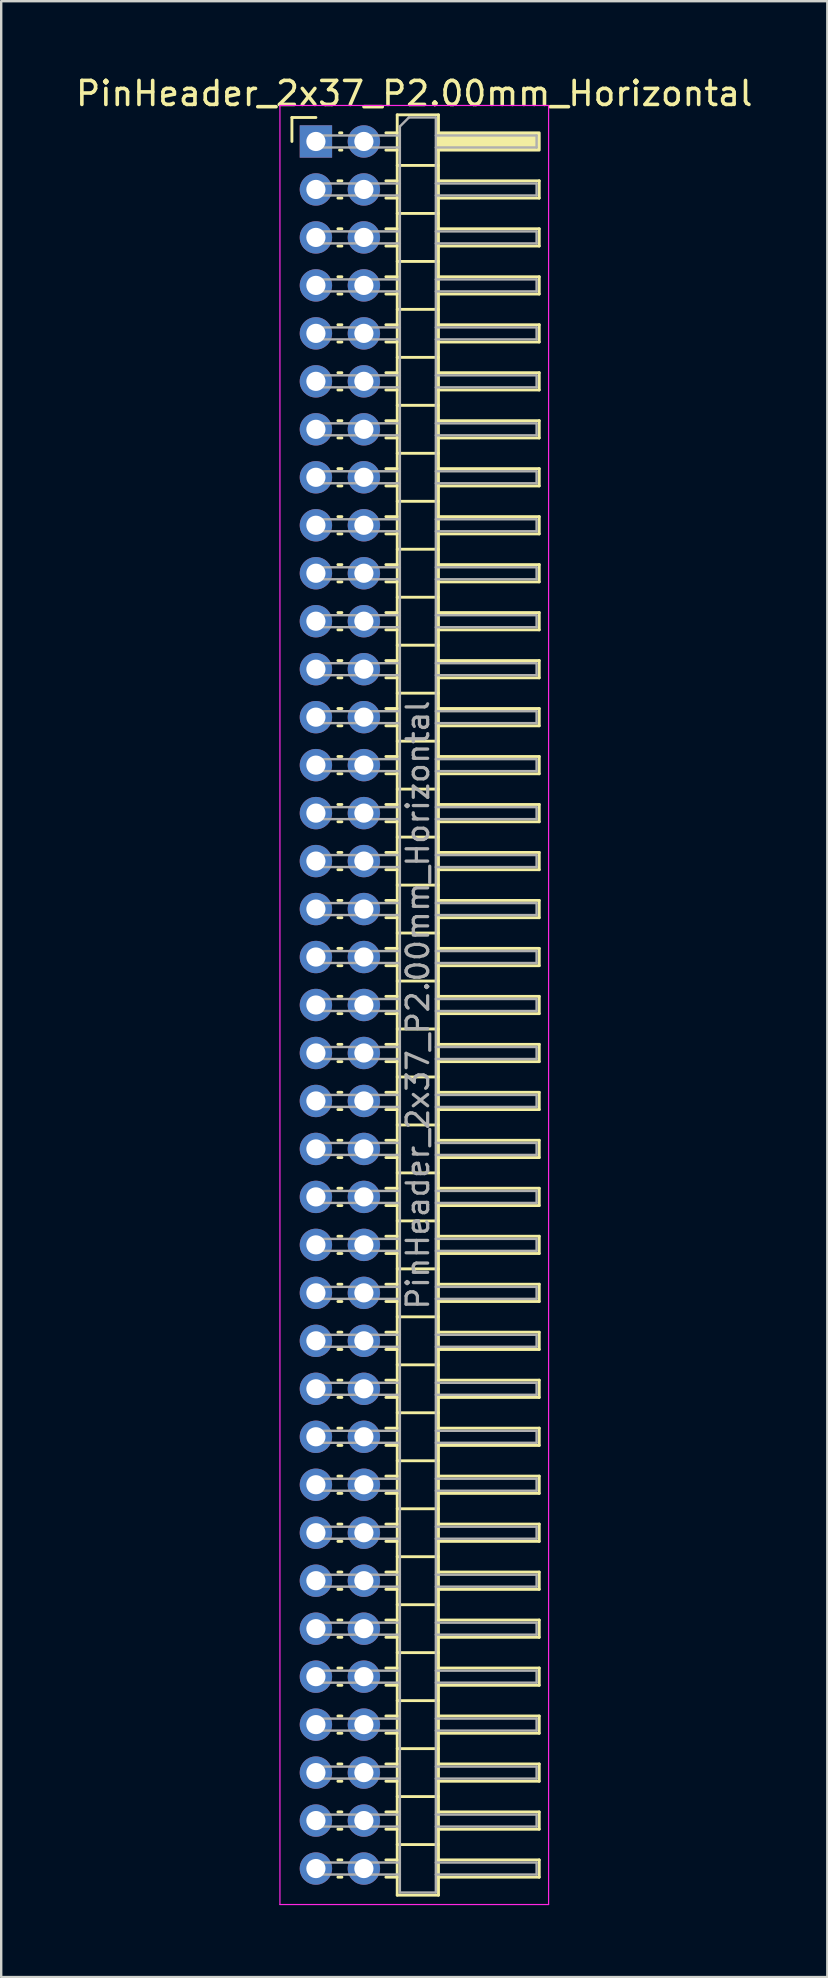
<source format=kicad_pcb>
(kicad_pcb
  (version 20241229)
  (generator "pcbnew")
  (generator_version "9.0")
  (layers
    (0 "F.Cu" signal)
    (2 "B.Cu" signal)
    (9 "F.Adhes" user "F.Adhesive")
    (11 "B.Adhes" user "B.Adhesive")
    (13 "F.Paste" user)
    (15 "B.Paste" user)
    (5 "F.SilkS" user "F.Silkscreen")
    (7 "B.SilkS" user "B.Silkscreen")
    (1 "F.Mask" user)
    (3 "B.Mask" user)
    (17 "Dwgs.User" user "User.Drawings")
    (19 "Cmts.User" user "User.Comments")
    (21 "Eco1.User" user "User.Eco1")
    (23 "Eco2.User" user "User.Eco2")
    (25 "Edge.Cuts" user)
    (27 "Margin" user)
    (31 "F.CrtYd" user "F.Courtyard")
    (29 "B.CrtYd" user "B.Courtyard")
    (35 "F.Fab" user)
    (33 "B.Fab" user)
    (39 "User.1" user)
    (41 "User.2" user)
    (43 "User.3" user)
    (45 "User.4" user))
  (footprint "PinHeader_2x37_P2.00mm_Horizontal"
    (layer "F.Cu")
    (at 10.12 2.848)
    (property "Reference" "PinHeader_2x37_P2.00mm_Horizontal" (at 4.1 -2 0) (layer "F.SilkS") (effects (font (size 1 1) (thickness 0.15))))
    (attr through_hole)
    (fp_line (start -1 -1) (end 0 -1) (stroke (width 0.12) (type solid)) (layer "F.SilkS"))
    (fp_line (start -1 0) (end -1 -1) (stroke (width 0.12) (type solid)) (layer "F.SilkS"))
    (fp_line (start 0.917 1.64) (end 1.083 1.64) (stroke (width 0.12) (type solid)) (layer "F.SilkS"))
    (fp_line (start 0.917 2.36) (end 1.083 2.36) (stroke (width 0.12) (type solid)) (layer "F.SilkS"))
    (fp_line (start 0.917 3.64) (end 1.083 3.64) (stroke (width 0.12) (type solid)) (layer "F.SilkS"))
    (fp_line (start 0.917 4.36) (end 1.083 4.36) (stroke (width 0.12) (type solid)) (layer "F.SilkS"))
    (fp_line (start 0.917 5.64) (end 1.083 5.64) (stroke (width 0.12) (type solid)) (layer "F.SilkS"))
    (fp_line (start 0.917 6.36) (end 1.083 6.36) (stroke (width 0.12) (type solid)) (layer "F.SilkS"))
    (fp_line (start 0.917 7.64) (end 1.083 7.64) (stroke (width 0.12) (type solid)) (layer "F.SilkS"))
    (fp_line (start 0.917 8.36) (end 1.083 8.36) (stroke (width 0.12) (type solid)) (layer "F.SilkS"))
    (fp_line (start 0.917 9.64) (end 1.083 9.64) (stroke (width 0.12) (type solid)) (layer "F.SilkS"))
    (fp_line (start 0.917 10.36) (end 1.083 10.36) (stroke (width 0.12) (type solid)) (layer "F.SilkS"))
    (fp_line (start 0.917 11.64) (end 1.083 11.64) (stroke (width 0.12) (type solid)) (layer "F.SilkS"))
    (fp_line (start 0.917 12.36) (end 1.083 12.36) (stroke (width 0.12) (type solid)) (layer "F.SilkS"))
    (fp_line (start 0.917 13.64) (end 1.083 13.64) (stroke (width 0.12) (type solid)) (layer "F.SilkS"))
    (fp_line (start 0.917 14.36) (end 1.083 14.36) (stroke (width 0.12) (type solid)) (layer "F.SilkS"))
    (fp_line (start 0.917 15.64) (end 1.083 15.64) (stroke (width 0.12) (type solid)) (layer "F.SilkS"))
    (fp_line (start 0.917 16.36) (end 1.083 16.36) (stroke (width 0.12) (type solid)) (layer "F.SilkS"))
    (fp_line (start 0.917 17.64) (end 1.083 17.64) (stroke (width 0.12) (type solid)) (layer "F.SilkS"))
    (fp_line (start 0.917 18.36) (end 1.083 18.36) (stroke (width 0.12) (type solid)) (layer "F.SilkS"))
    (fp_line (start 0.917 19.64) (end 1.083 19.64) (stroke (width 0.12) (type solid)) (layer "F.SilkS"))
    (fp_line (start 0.917 20.36) (end 1.083 20.36) (stroke (width 0.12) (type solid)) (layer "F.SilkS"))
    (fp_line (start 0.917 21.64) (end 1.083 21.64) (stroke (width 0.12) (type solid)) (layer "F.SilkS"))
    (fp_line (start 0.917 22.36) (end 1.083 22.36) (stroke (width 0.12) (type solid)) (layer "F.SilkS"))
    (fp_line (start 0.917 23.64) (end 1.083 23.64) (stroke (width 0.12) (type solid)) (layer "F.SilkS"))
    (fp_line (start 0.917 24.36) (end 1.083 24.36) (stroke (width 0.12) (type solid)) (layer "F.SilkS"))
    (fp_line (start 0.917 25.64) (end 1.083 25.64) (stroke (width 0.12) (type solid)) (layer "F.SilkS"))
    (fp_line (start 0.917 26.36) (end 1.083 26.36) (stroke (width 0.12) (type solid)) (layer "F.SilkS"))
    (fp_line (start 0.917 27.64) (end 1.083 27.64) (stroke (width 0.12) (type solid)) (layer "F.SilkS"))
    (fp_line (start 0.917 28.36) (end 1.083 28.36) (stroke (width 0.12) (type solid)) (layer "F.SilkS"))
    (fp_line (start 0.917 29.64) (end 1.083 29.64) (stroke (width 0.12) (type solid)) (layer "F.SilkS"))
    (fp_line (start 0.917 30.36) (end 1.083 30.36) (stroke (width 0.12) (type solid)) (layer "F.SilkS"))
    (fp_line (start 0.917 31.64) (end 1.083 31.64) (stroke (width 0.12) (type solid)) (layer "F.SilkS"))
    (fp_line (start 0.917 32.36) (end 1.083 32.36) (stroke (width 0.12) (type solid)) (layer "F.SilkS"))
    (fp_line (start 0.917 33.64) (end 1.083 33.64) (stroke (width 0.12) (type solid)) (layer "F.SilkS"))
    (fp_line (start 0.917 34.36) (end 1.083 34.36) (stroke (width 0.12) (type solid)) (layer "F.SilkS"))
    (fp_line (start 0.917 35.64) (end 1.083 35.64) (stroke (width 0.12) (type solid)) (layer "F.SilkS"))
    (fp_line (start 0.917 36.36) (end 1.083 36.36) (stroke (width 0.12) (type solid)) (layer "F.SilkS"))
    (fp_line (start 0.917 37.64) (end 1.083 37.64) (stroke (width 0.12) (type solid)) (layer "F.SilkS"))
    (fp_line (start 0.917 38.36) (end 1.083 38.36) (stroke (width 0.12) (type solid)) (layer "F.SilkS"))
    (fp_line (start 0.917 39.64) (end 1.083 39.64) (stroke (width 0.12) (type solid)) (layer "F.SilkS"))
    (fp_line (start 0.917 40.36) (end 1.083 40.36) (stroke (width 0.12) (type solid)) (layer "F.SilkS"))
    (fp_line (start 0.917 41.64) (end 1.083 41.64) (stroke (width 0.12) (type solid)) (layer "F.SilkS"))
    (fp_line (start 0.917 42.36) (end 1.083 42.36) (stroke (width 0.12) (type solid)) (layer "F.SilkS"))
    (fp_line (start 0.917 43.64) (end 1.083 43.64) (stroke (width 0.12) (type solid)) (layer "F.SilkS"))
    (fp_line (start 0.917 44.36) (end 1.083 44.36) (stroke (width 0.12) (type solid)) (layer "F.SilkS"))
    (fp_line (start 0.917 45.64) (end 1.083 45.64) (stroke (width 0.12) (type solid)) (layer "F.SilkS"))
    (fp_line (start 0.917 46.36) (end 1.083 46.36) (stroke (width 0.12) (type solid)) (layer "F.SilkS"))
    (fp_line (start 0.917 47.64) (end 1.083 47.64) (stroke (width 0.12) (type solid)) (layer "F.SilkS"))
    (fp_line (start 0.917 48.36) (end 1.083 48.36) (stroke (width 0.12) (type solid)) (layer "F.SilkS"))
    (fp_line (start 0.917 49.64) (end 1.083 49.64) (stroke (width 0.12) (type solid)) (layer "F.SilkS"))
    (fp_line (start 0.917 50.36) (end 1.083 50.36) (stroke (width 0.12) (type solid)) (layer "F.SilkS"))
    (fp_line (start 0.917 51.64) (end 1.083 51.64) (stroke (width 0.12) (type solid)) (layer "F.SilkS"))
    (fp_line (start 0.917 52.36) (end 1.083 52.36) (stroke (width 0.12) (type solid)) (layer "F.SilkS"))
    (fp_line (start 0.917 53.64) (end 1.083 53.64) (stroke (width 0.12) (type solid)) (layer "F.SilkS"))
    (fp_line (start 0.917 54.36) (end 1.083 54.36) (stroke (width 0.12) (type solid)) (layer "F.SilkS"))
    (fp_line (start 0.917 55.64) (end 1.083 55.64) (stroke (width 0.12) (type solid)) (layer "F.SilkS"))
    (fp_line (start 0.917 56.36) (end 1.083 56.36) (stroke (width 0.12) (type solid)) (layer "F.SilkS"))
    (fp_line (start 0.917 57.64) (end 1.083 57.64) (stroke (width 0.12) (type solid)) (layer "F.SilkS"))
    (fp_line (start 0.917 58.36) (end 1.083 58.36) (stroke (width 0.12) (type solid)) (layer "F.SilkS"))
    (fp_line (start 0.917 59.64) (end 1.083 59.64) (stroke (width 0.12) (type solid)) (layer "F.SilkS"))
    (fp_line (start 0.917 60.36) (end 1.083 60.36) (stroke (width 0.12) (type solid)) (layer "F.SilkS"))
    (fp_line (start 0.917 61.64) (end 1.083 61.64) (stroke (width 0.12) (type solid)) (layer "F.SilkS"))
    (fp_line (start 0.917 62.36) (end 1.083 62.36) (stroke (width 0.12) (type solid)) (layer "F.SilkS"))
    (fp_line (start 0.917 63.64) (end 1.083 63.64) (stroke (width 0.12) (type solid)) (layer "F.SilkS"))
    (fp_line (start 0.917 64.36) (end 1.083 64.36) (stroke (width 0.12) (type solid)) (layer "F.SilkS"))
    (fp_line (start 0.917 65.64) (end 1.083 65.64) (stroke (width 0.12) (type solid)) (layer "F.SilkS"))
    (fp_line (start 0.917 66.36) (end 1.083 66.36) (stroke (width 0.12) (type solid)) (layer "F.SilkS"))
    (fp_line (start 0.917 67.64) (end 1.083 67.64) (stroke (width 0.12) (type solid)) (layer "F.SilkS"))
    (fp_line (start 0.917 68.36) (end 1.083 68.36) (stroke (width 0.12) (type solid)) (layer "F.SilkS"))
    (fp_line (start 0.917 69.64) (end 1.083 69.64) (stroke (width 0.12) (type solid)) (layer "F.SilkS"))
    (fp_line (start 0.917 70.36) (end 1.083 70.36) (stroke (width 0.12) (type solid)) (layer "F.SilkS"))
    (fp_line (start 0.917 71.64) (end 1.083 71.64) (stroke (width 0.12) (type solid)) (layer "F.SilkS"))
    (fp_line (start 0.917 72.36) (end 1.083 72.36) (stroke (width 0.12) (type solid)) (layer "F.SilkS"))
    (fp_line (start 0.985 -0.36) (end 1.083 -0.36) (stroke (width 0.12) (type solid)) (layer "F.SilkS"))
    (fp_line (start 0.985 0.36) (end 1.083 0.36) (stroke (width 0.12) (type solid)) (layer "F.SilkS"))
    (fp_line (start 2.917 -0.36) (end 3.39 -0.36) (stroke (width 0.12) (type solid)) (layer "F.SilkS"))
    (fp_line (start 2.917 0.36) (end 3.39 0.36) (stroke (width 0.12) (type solid)) (layer "F.SilkS"))
    (fp_line (start 2.917 1.64) (end 3.39 1.64) (stroke (width 0.12) (type solid)) (layer "F.SilkS"))
    (fp_line (start 2.917 2.36) (end 3.39 2.36) (stroke (width 0.12) (type solid)) (layer "F.SilkS"))
    (fp_line (start 2.917 3.64) (end 3.39 3.64) (stroke (width 0.12) (type solid)) (layer "F.SilkS"))
    (fp_line (start 2.917 4.36) (end 3.39 4.36) (stroke (width 0.12) (type solid)) (layer "F.SilkS"))
    (fp_line (start 2.917 5.64) (end 3.39 5.64) (stroke (width 0.12) (type solid)) (layer "F.SilkS"))
    (fp_line (start 2.917 6.36) (end 3.39 6.36) (stroke (width 0.12) (type solid)) (layer "F.SilkS"))
    (fp_line (start 2.917 7.64) (end 3.39 7.64) (stroke (width 0.12) (type solid)) (layer "F.SilkS"))
    (fp_line (start 2.917 8.36) (end 3.39 8.36) (stroke (width 0.12) (type solid)) (layer "F.SilkS"))
    (fp_line (start 2.917 9.64) (end 3.39 9.64) (stroke (width 0.12) (type solid)) (layer "F.SilkS"))
    (fp_line (start 2.917 10.36) (end 3.39 10.36) (stroke (width 0.12) (type solid)) (layer "F.SilkS"))
    (fp_line (start 2.917 11.64) (end 3.39 11.64) (stroke (width 0.12) (type solid)) (layer "F.SilkS"))
    (fp_line (start 2.917 12.36) (end 3.39 12.36) (stroke (width 0.12) (type solid)) (layer "F.SilkS"))
    (fp_line (start 2.917 13.64) (end 3.39 13.64) (stroke (width 0.12) (type solid)) (layer "F.SilkS"))
    (fp_line (start 2.917 14.36) (end 3.39 14.36) (stroke (width 0.12) (type solid)) (layer "F.SilkS"))
    (fp_line (start 2.917 15.64) (end 3.39 15.64) (stroke (width 0.12) (type solid)) (layer "F.SilkS"))
    (fp_line (start 2.917 16.36) (end 3.39 16.36) (stroke (width 0.12) (type solid)) (layer "F.SilkS"))
    (fp_line (start 2.917 17.64) (end 3.39 17.64) (stroke (width 0.12) (type solid)) (layer "F.SilkS"))
    (fp_line (start 2.917 18.36) (end 3.39 18.36) (stroke (width 0.12) (type solid)) (layer "F.SilkS"))
    (fp_line (start 2.917 19.64) (end 3.39 19.64) (stroke (width 0.12) (type solid)) (layer "F.SilkS"))
    (fp_line (start 2.917 20.36) (end 3.39 20.36) (stroke (width 0.12) (type solid)) (layer "F.SilkS"))
    (fp_line (start 2.917 21.64) (end 3.39 21.64) (stroke (width 0.12) (type solid)) (layer "F.SilkS"))
    (fp_line (start 2.917 22.36) (end 3.39 22.36) (stroke (width 0.12) (type solid)) (layer "F.SilkS"))
    (fp_line (start 2.917 23.64) (end 3.39 23.64) (stroke (width 0.12) (type solid)) (layer "F.SilkS"))
    (fp_line (start 2.917 24.36) (end 3.39 24.36) (stroke (width 0.12) (type solid)) (layer "F.SilkS"))
    (fp_line (start 2.917 25.64) (end 3.39 25.64) (stroke (width 0.12) (type solid)) (layer "F.SilkS"))
    (fp_line (start 2.917 26.36) (end 3.39 26.36) (stroke (width 0.12) (type solid)) (layer "F.SilkS"))
    (fp_line (start 2.917 27.64) (end 3.39 27.64) (stroke (width 0.12) (type solid)) (layer "F.SilkS"))
    (fp_line (start 2.917 28.36) (end 3.39 28.36) (stroke (width 0.12) (type solid)) (layer "F.SilkS"))
    (fp_line (start 2.917 29.64) (end 3.39 29.64) (stroke (width 0.12) (type solid)) (layer "F.SilkS"))
    (fp_line (start 2.917 30.36) (end 3.39 30.36) (stroke (width 0.12) (type solid)) (layer "F.SilkS"))
    (fp_line (start 2.917 31.64) (end 3.39 31.64) (stroke (width 0.12) (type solid)) (layer "F.SilkS"))
    (fp_line (start 2.917 32.36) (end 3.39 32.36) (stroke (width 0.12) (type solid)) (layer "F.SilkS"))
    (fp_line (start 2.917 33.64) (end 3.39 33.64) (stroke (width 0.12) (type solid)) (layer "F.SilkS"))
    (fp_line (start 2.917 34.36) (end 3.39 34.36) (stroke (width 0.12) (type solid)) (layer "F.SilkS"))
    (fp_line (start 2.917 35.64) (end 3.39 35.64) (stroke (width 0.12) (type solid)) (layer "F.SilkS"))
    (fp_line (start 2.917 36.36) (end 3.39 36.36) (stroke (width 0.12) (type solid)) (layer "F.SilkS"))
    (fp_line (start 2.917 37.64) (end 3.39 37.64) (stroke (width 0.12) (type solid)) (layer "F.SilkS"))
    (fp_line (start 2.917 38.36) (end 3.39 38.36) (stroke (width 0.12) (type solid)) (layer "F.SilkS"))
    (fp_line (start 2.917 39.64) (end 3.39 39.64) (stroke (width 0.12) (type solid)) (layer "F.SilkS"))
    (fp_line (start 2.917 40.36) (end 3.39 40.36) (stroke (width 0.12) (type solid)) (layer "F.SilkS"))
    (fp_line (start 2.917 41.64) (end 3.39 41.64) (stroke (width 0.12) (type solid)) (layer "F.SilkS"))
    (fp_line (start 2.917 42.36) (end 3.39 42.36) (stroke (width 0.12) (type solid)) (layer "F.SilkS"))
    (fp_line (start 2.917 43.64) (end 3.39 43.64) (stroke (width 0.12) (type solid)) (layer "F.SilkS"))
    (fp_line (start 2.917 44.36) (end 3.39 44.36) (stroke (width 0.12) (type solid)) (layer "F.SilkS"))
    (fp_line (start 2.917 45.64) (end 3.39 45.64) (stroke (width 0.12) (type solid)) (layer "F.SilkS"))
    (fp_line (start 2.917 46.36) (end 3.39 46.36) (stroke (width 0.12) (type solid)) (layer "F.SilkS"))
    (fp_line (start 2.917 47.64) (end 3.39 47.64) (stroke (width 0.12) (type solid)) (layer "F.SilkS"))
    (fp_line (start 2.917 48.36) (end 3.39 48.36) (stroke (width 0.12) (type solid)) (layer "F.SilkS"))
    (fp_line (start 2.917 49.64) (end 3.39 49.64) (stroke (width 0.12) (type solid)) (layer "F.SilkS"))
    (fp_line (start 2.917 50.36) (end 3.39 50.36) (stroke (width 0.12) (type solid)) (layer "F.SilkS"))
    (fp_line (start 2.917 51.64) (end 3.39 51.64) (stroke (width 0.12) (type solid)) (layer "F.SilkS"))
    (fp_line (start 2.917 52.36) (end 3.39 52.36) (stroke (width 0.12) (type solid)) (layer "F.SilkS"))
    (fp_line (start 2.917 53.64) (end 3.39 53.64) (stroke (width 0.12) (type solid)) (layer "F.SilkS"))
    (fp_line (start 2.917 54.36) (end 3.39 54.36) (stroke (width 0.12) (type solid)) (layer "F.SilkS"))
    (fp_line (start 2.917 55.64) (end 3.39 55.64) (stroke (width 0.12) (type solid)) (layer "F.SilkS"))
    (fp_line (start 2.917 56.36) (end 3.39 56.36) (stroke (width 0.12) (type solid)) (layer "F.SilkS"))
    (fp_line (start 2.917 57.64) (end 3.39 57.64) (stroke (width 0.12) (type solid)) (layer "F.SilkS"))
    (fp_line (start 2.917 58.36) (end 3.39 58.36) (stroke (width 0.12) (type solid)) (layer "F.SilkS"))
    (fp_line (start 2.917 59.64) (end 3.39 59.64) (stroke (width 0.12) (type solid)) (layer "F.SilkS"))
    (fp_line (start 2.917 60.36) (end 3.39 60.36) (stroke (width 0.12) (type solid)) (layer "F.SilkS"))
    (fp_line (start 2.917 61.64) (end 3.39 61.64) (stroke (width 0.12) (type solid)) (layer "F.SilkS"))
    (fp_line (start 2.917 62.36) (end 3.39 62.36) (stroke (width 0.12) (type solid)) (layer "F.SilkS"))
    (fp_line (start 2.917 63.64) (end 3.39 63.64) (stroke (width 0.12) (type solid)) (layer "F.SilkS"))
    (fp_line (start 2.917 64.36) (end 3.39 64.36) (stroke (width 0.12) (type solid)) (layer "F.SilkS"))
    (fp_line (start 2.917 65.64) (end 3.39 65.64) (stroke (width 0.12) (type solid)) (layer "F.SilkS"))
    (fp_line (start 2.917 66.36) (end 3.39 66.36) (stroke (width 0.12) (type solid)) (layer "F.SilkS"))
    (fp_line (start 2.917 67.64) (end 3.39 67.64) (stroke (width 0.12) (type solid)) (layer "F.SilkS"))
    (fp_line (start 2.917 68.36) (end 3.39 68.36) (stroke (width 0.12) (type solid)) (layer "F.SilkS"))
    (fp_line (start 2.917 69.64) (end 3.39 69.64) (stroke (width 0.12) (type solid)) (layer "F.SilkS"))
    (fp_line (start 2.917 70.36) (end 3.39 70.36) (stroke (width 0.12) (type solid)) (layer "F.SilkS"))
    (fp_line (start 2.917 71.64) (end 3.39 71.64) (stroke (width 0.12) (type solid)) (layer "F.SilkS"))
    (fp_line (start 2.917 72.36) (end 3.39 72.36) (stroke (width 0.12) (type solid)) (layer "F.SilkS"))
    (fp_line (start 3.39 -1.11) (end 3.39 73.11) (stroke (width 0.12) (type solid)) (layer "F.SilkS"))
    (fp_line (start 3.39 1) (end 5.11 1) (stroke (width 0.12) (type solid)) (layer "F.SilkS"))
    (fp_line (start 3.39 3) (end 5.11 3) (stroke (width 0.12) (type solid)) (layer "F.SilkS"))
    (fp_line (start 3.39 5) (end 5.11 5) (stroke (width 0.12) (type solid)) (layer "F.SilkS"))
    (fp_line (start 3.39 7) (end 5.11 7) (stroke (width 0.12) (type solid)) (layer "F.SilkS"))
    (fp_line (start 3.39 9) (end 5.11 9) (stroke (width 0.12) (type solid)) (layer "F.SilkS"))
    (fp_line (start 3.39 11) (end 5.11 11) (stroke (width 0.12) (type solid)) (layer "F.SilkS"))
    (fp_line (start 3.39 13) (end 5.11 13) (stroke (width 0.12) (type solid)) (layer "F.SilkS"))
    (fp_line (start 3.39 15) (end 5.11 15) (stroke (width 0.12) (type solid)) (layer "F.SilkS"))
    (fp_line (start 3.39 17) (end 5.11 17) (stroke (width 0.12) (type solid)) (layer "F.SilkS"))
    (fp_line (start 3.39 19) (end 5.11 19) (stroke (width 0.12) (type solid)) (layer "F.SilkS"))
    (fp_line (start 3.39 21) (end 5.11 21) (stroke (width 0.12) (type solid)) (layer "F.SilkS"))
    (fp_line (start 3.39 23) (end 5.11 23) (stroke (width 0.12) (type solid)) (layer "F.SilkS"))
    (fp_line (start 3.39 25) (end 5.11 25) (stroke (width 0.12) (type solid)) (layer "F.SilkS"))
    (fp_line (start 3.39 27) (end 5.11 27) (stroke (width 0.12) (type solid)) (layer "F.SilkS"))
    (fp_line (start 3.39 29) (end 5.11 29) (stroke (width 0.12) (type solid)) (layer "F.SilkS"))
    (fp_line (start 3.39 31) (end 5.11 31) (stroke (width 0.12) (type solid)) (layer "F.SilkS"))
    (fp_line (start 3.39 33) (end 5.11 33) (stroke (width 0.12) (type solid)) (layer "F.SilkS"))
    (fp_line (start 3.39 35) (end 5.11 35) (stroke (width 0.12) (type solid)) (layer "F.SilkS"))
    (fp_line (start 3.39 37) (end 5.11 37) (stroke (width 0.12) (type solid)) (layer "F.SilkS"))
    (fp_line (start 3.39 39) (end 5.11 39) (stroke (width 0.12) (type solid)) (layer "F.SilkS"))
    (fp_line (start 3.39 41) (end 5.11 41) (stroke (width 0.12) (type solid)) (layer "F.SilkS"))
    (fp_line (start 3.39 43) (end 5.11 43) (stroke (width 0.12) (type solid)) (layer "F.SilkS"))
    (fp_line (start 3.39 45) (end 5.11 45) (stroke (width 0.12) (type solid)) (layer "F.SilkS"))
    (fp_line (start 3.39 47) (end 5.11 47) (stroke (width 0.12) (type solid)) (layer "F.SilkS"))
    (fp_line (start 3.39 49) (end 5.11 49) (stroke (width 0.12) (type solid)) (layer "F.SilkS"))
    (fp_line (start 3.39 51) (end 5.11 51) (stroke (width 0.12) (type solid)) (layer "F.SilkS"))
    (fp_line (start 3.39 53) (end 5.11 53) (stroke (width 0.12) (type solid)) (layer "F.SilkS"))
    (fp_line (start 3.39 55) (end 5.11 55) (stroke (width 0.12) (type solid)) (layer "F.SilkS"))
    (fp_line (start 3.39 57) (end 5.11 57) (stroke (width 0.12) (type solid)) (layer "F.SilkS"))
    (fp_line (start 3.39 59) (end 5.11 59) (stroke (width 0.12) (type solid)) (layer "F.SilkS"))
    (fp_line (start 3.39 61) (end 5.11 61) (stroke (width 0.12) (type solid)) (layer "F.SilkS"))
    (fp_line (start 3.39 63) (end 5.11 63) (stroke (width 0.12) (type solid)) (layer "F.SilkS"))
    (fp_line (start 3.39 65) (end 5.11 65) (stroke (width 0.12) (type solid)) (layer "F.SilkS"))
    (fp_line (start 3.39 67) (end 5.11 67) (stroke (width 0.12) (type solid)) (layer "F.SilkS"))
    (fp_line (start 3.39 69) (end 5.11 69) (stroke (width 0.12) (type solid)) (layer "F.SilkS"))
    (fp_line (start 3.39 71) (end 5.11 71) (stroke (width 0.12) (type solid)) (layer "F.SilkS"))
    (fp_line (start 3.39 73.11) (end 5.11 73.11) (stroke (width 0.12) (type solid)) (layer "F.SilkS"))
    (fp_line (start 5.11 -1.11) (end 3.39 -1.11) (stroke (width 0.12) (type solid)) (layer "F.SilkS"))
    (fp_line (start 5.11 1.64) (end 9.31 1.64) (stroke (width 0.12) (type solid)) (layer "F.SilkS"))
    (fp_line (start 5.11 3.64) (end 9.31 3.64) (stroke (width 0.12) (type solid)) (layer "F.SilkS"))
    (fp_line (start 5.11 5.64) (end 9.31 5.64) (stroke (width 0.12) (type solid)) (layer "F.SilkS"))
    (fp_line (start 5.11 7.64) (end 9.31 7.64) (stroke (width 0.12) (type solid)) (layer "F.SilkS"))
    (fp_line (start 5.11 9.64) (end 9.31 9.64) (stroke (width 0.12) (type solid)) (layer "F.SilkS"))
    (fp_line (start 5.11 11.64) (end 9.31 11.64) (stroke (width 0.12) (type solid)) (layer "F.SilkS"))
    (fp_line (start 5.11 13.64) (end 9.31 13.64) (stroke (width 0.12) (type solid)) (layer "F.SilkS"))
    (fp_line (start 5.11 15.64) (end 9.31 15.64) (stroke (width 0.12) (type solid)) (layer "F.SilkS"))
    (fp_line (start 5.11 17.64) (end 9.31 17.64) (stroke (width 0.12) (type solid)) (layer "F.SilkS"))
    (fp_line (start 5.11 19.64) (end 9.31 19.64) (stroke (width 0.12) (type solid)) (layer "F.SilkS"))
    (fp_line (start 5.11 21.64) (end 9.31 21.64) (stroke (width 0.12) (type solid)) (layer "F.SilkS"))
    (fp_line (start 5.11 23.64) (end 9.31 23.64) (stroke (width 0.12) (type solid)) (layer "F.SilkS"))
    (fp_line (start 5.11 25.64) (end 9.31 25.64) (stroke (width 0.12) (type solid)) (layer "F.SilkS"))
    (fp_line (start 5.11 27.64) (end 9.31 27.64) (stroke (width 0.12) (type solid)) (layer "F.SilkS"))
    (fp_line (start 5.11 29.64) (end 9.31 29.64) (stroke (width 0.12) (type solid)) (layer "F.SilkS"))
    (fp_line (start 5.11 31.64) (end 9.31 31.64) (stroke (width 0.12) (type solid)) (layer "F.SilkS"))
    (fp_line (start 5.11 33.64) (end 9.31 33.64) (stroke (width 0.12) (type solid)) (layer "F.SilkS"))
    (fp_line (start 5.11 35.64) (end 9.31 35.64) (stroke (width 0.12) (type solid)) (layer "F.SilkS"))
    (fp_line (start 5.11 37.64) (end 9.31 37.64) (stroke (width 0.12) (type solid)) (layer "F.SilkS"))
    (fp_line (start 5.11 39.64) (end 9.31 39.64) (stroke (width 0.12) (type solid)) (layer "F.SilkS"))
    (fp_line (start 5.11 41.64) (end 9.31 41.64) (stroke (width 0.12) (type solid)) (layer "F.SilkS"))
    (fp_line (start 5.11 43.64) (end 9.31 43.64) (stroke (width 0.12) (type solid)) (layer "F.SilkS"))
    (fp_line (start 5.11 45.64) (end 9.31 45.64) (stroke (width 0.12) (type solid)) (layer "F.SilkS"))
    (fp_line (start 5.11 47.64) (end 9.31 47.64) (stroke (width 0.12) (type solid)) (layer "F.SilkS"))
    (fp_line (start 5.11 49.64) (end 9.31 49.64) (stroke (width 0.12) (type solid)) (layer "F.SilkS"))
    (fp_line (start 5.11 51.64) (end 9.31 51.64) (stroke (width 0.12) (type solid)) (layer "F.SilkS"))
    (fp_line (start 5.11 53.64) (end 9.31 53.64) (stroke (width 0.12) (type solid)) (layer "F.SilkS"))
    (fp_line (start 5.11 55.64) (end 9.31 55.64) (stroke (width 0.12) (type solid)) (layer "F.SilkS"))
    (fp_line (start 5.11 57.64) (end 9.31 57.64) (stroke (width 0.12) (type solid)) (layer "F.SilkS"))
    (fp_line (start 5.11 59.64) (end 9.31 59.64) (stroke (width 0.12) (type solid)) (layer "F.SilkS"))
    (fp_line (start 5.11 61.64) (end 9.31 61.64) (stroke (width 0.12) (type solid)) (layer "F.SilkS"))
    (fp_line (start 5.11 63.64) (end 9.31 63.64) (stroke (width 0.12) (type solid)) (layer "F.SilkS"))
    (fp_line (start 5.11 65.64) (end 9.31 65.64) (stroke (width 0.12) (type solid)) (layer "F.SilkS"))
    (fp_line (start 5.11 67.64) (end 9.31 67.64) (stroke (width 0.12) (type solid)) (layer "F.SilkS"))
    (fp_line (start 5.11 69.64) (end 9.31 69.64) (stroke (width 0.12) (type solid)) (layer "F.SilkS"))
    (fp_line (start 5.11 71.64) (end 9.31 71.64) (stroke (width 0.12) (type solid)) (layer "F.SilkS"))
    (fp_line (start 5.11 73.11) (end 5.11 -1.11) (stroke (width 0.12) (type solid)) (layer "F.SilkS"))
    (fp_line (start 9.31 1.64) (end 9.31 2.36) (stroke (width 0.12) (type solid)) (layer "F.SilkS"))
    (fp_line (start 9.31 2.36) (end 5.11 2.36) (stroke (width 0.12) (type solid)) (layer "F.SilkS"))
    (fp_line (start 9.31 3.64) (end 9.31 4.36) (stroke (width 0.12) (type solid)) (layer "F.SilkS"))
    (fp_line (start 9.31 4.36) (end 5.11 4.36) (stroke (width 0.12) (type solid)) (layer "F.SilkS"))
    (fp_line (start 9.31 5.64) (end 9.31 6.36) (stroke (width 0.12) (type solid)) (layer "F.SilkS"))
    (fp_line (start 9.31 6.36) (end 5.11 6.36) (stroke (width 0.12) (type solid)) (layer "F.SilkS"))
    (fp_line (start 9.31 7.64) (end 9.31 8.36) (stroke (width 0.12) (type solid)) (layer "F.SilkS"))
    (fp_line (start 9.31 8.36) (end 5.11 8.36) (stroke (width 0.12) (type solid)) (layer "F.SilkS"))
    (fp_line (start 9.31 9.64) (end 9.31 10.36) (stroke (width 0.12) (type solid)) (layer "F.SilkS"))
    (fp_line (start 9.31 10.36) (end 5.11 10.36) (stroke (width 0.12) (type solid)) (layer "F.SilkS"))
    (fp_line (start 9.31 11.64) (end 9.31 12.36) (stroke (width 0.12) (type solid)) (layer "F.SilkS"))
    (fp_line (start 9.31 12.36) (end 5.11 12.36) (stroke (width 0.12) (type solid)) (layer "F.SilkS"))
    (fp_line (start 9.31 13.64) (end 9.31 14.36) (stroke (width 0.12) (type solid)) (layer "F.SilkS"))
    (fp_line (start 9.31 14.36) (end 5.11 14.36) (stroke (width 0.12) (type solid)) (layer "F.SilkS"))
    (fp_line (start 9.31 15.64) (end 9.31 16.36) (stroke (width 0.12) (type solid)) (layer "F.SilkS"))
    (fp_line (start 9.31 16.36) (end 5.11 16.36) (stroke (width 0.12) (type solid)) (layer "F.SilkS"))
    (fp_line (start 9.31 17.64) (end 9.31 18.36) (stroke (width 0.12) (type solid)) (layer "F.SilkS"))
    (fp_line (start 9.31 18.36) (end 5.11 18.36) (stroke (width 0.12) (type solid)) (layer "F.SilkS"))
    (fp_line (start 9.31 19.64) (end 9.31 20.36) (stroke (width 0.12) (type solid)) (layer "F.SilkS"))
    (fp_line (start 9.31 20.36) (end 5.11 20.36) (stroke (width 0.12) (type solid)) (layer "F.SilkS"))
    (fp_line (start 9.31 21.64) (end 9.31 22.36) (stroke (width 0.12) (type solid)) (layer "F.SilkS"))
    (fp_line (start 9.31 22.36) (end 5.11 22.36) (stroke (width 0.12) (type solid)) (layer "F.SilkS"))
    (fp_line (start 9.31 23.64) (end 9.31 24.36) (stroke (width 0.12) (type solid)) (layer "F.SilkS"))
    (fp_line (start 9.31 24.36) (end 5.11 24.36) (stroke (width 0.12) (type solid)) (layer "F.SilkS"))
    (fp_line (start 9.31 25.64) (end 9.31 26.36) (stroke (width 0.12) (type solid)) (layer "F.SilkS"))
    (fp_line (start 9.31 26.36) (end 5.11 26.36) (stroke (width 0.12) (type solid)) (layer "F.SilkS"))
    (fp_line (start 9.31 27.64) (end 9.31 28.36) (stroke (width 0.12) (type solid)) (layer "F.SilkS"))
    (fp_line (start 9.31 28.36) (end 5.11 28.36) (stroke (width 0.12) (type solid)) (layer "F.SilkS"))
    (fp_line (start 9.31 29.64) (end 9.31 30.36) (stroke (width 0.12) (type solid)) (layer "F.SilkS"))
    (fp_line (start 9.31 30.36) (end 5.11 30.36) (stroke (width 0.12) (type solid)) (layer "F.SilkS"))
    (fp_line (start 9.31 31.64) (end 9.31 32.36) (stroke (width 0.12) (type solid)) (layer "F.SilkS"))
    (fp_line (start 9.31 32.36) (end 5.11 32.36) (stroke (width 0.12) (type solid)) (layer "F.SilkS"))
    (fp_line (start 9.31 33.64) (end 9.31 34.36) (stroke (width 0.12) (type solid)) (layer "F.SilkS"))
    (fp_line (start 9.31 34.36) (end 5.11 34.36) (stroke (width 0.12) (type solid)) (layer "F.SilkS"))
    (fp_line (start 9.31 35.64) (end 9.31 36.36) (stroke (width 0.12) (type solid)) (layer "F.SilkS"))
    (fp_line (start 9.31 36.36) (end 5.11 36.36) (stroke (width 0.12) (type solid)) (layer "F.SilkS"))
    (fp_line (start 9.31 37.64) (end 9.31 38.36) (stroke (width 0.12) (type solid)) (layer "F.SilkS"))
    (fp_line (start 9.31 38.36) (end 5.11 38.36) (stroke (width 0.12) (type solid)) (layer "F.SilkS"))
    (fp_line (start 9.31 39.64) (end 9.31 40.36) (stroke (width 0.12) (type solid)) (layer "F.SilkS"))
    (fp_line (start 9.31 40.36) (end 5.11 40.36) (stroke (width 0.12) (type solid)) (layer "F.SilkS"))
    (fp_line (start 9.31 41.64) (end 9.31 42.36) (stroke (width 0.12) (type solid)) (layer "F.SilkS"))
    (fp_line (start 9.31 42.36) (end 5.11 42.36) (stroke (width 0.12) (type solid)) (layer "F.SilkS"))
    (fp_line (start 9.31 43.64) (end 9.31 44.36) (stroke (width 0.12) (type solid)) (layer "F.SilkS"))
    (fp_line (start 9.31 44.36) (end 5.11 44.36) (stroke (width 0.12) (type solid)) (layer "F.SilkS"))
    (fp_line (start 9.31 45.64) (end 9.31 46.36) (stroke (width 0.12) (type solid)) (layer "F.SilkS"))
    (fp_line (start 9.31 46.36) (end 5.11 46.36) (stroke (width 0.12) (type solid)) (layer "F.SilkS"))
    (fp_line (start 9.31 47.64) (end 9.31 48.36) (stroke (width 0.12) (type solid)) (layer "F.SilkS"))
    (fp_line (start 9.31 48.36) (end 5.11 48.36) (stroke (width 0.12) (type solid)) (layer "F.SilkS"))
    (fp_line (start 9.31 49.64) (end 9.31 50.36) (stroke (width 0.12) (type solid)) (layer "F.SilkS"))
    (fp_line (start 9.31 50.36) (end 5.11 50.36) (stroke (width 0.12) (type solid)) (layer "F.SilkS"))
    (fp_line (start 9.31 51.64) (end 9.31 52.36) (stroke (width 0.12) (type solid)) (layer "F.SilkS"))
    (fp_line (start 9.31 52.36) (end 5.11 52.36) (stroke (width 0.12) (type solid)) (layer "F.SilkS"))
    (fp_line (start 9.31 53.64) (end 9.31 54.36) (stroke (width 0.12) (type solid)) (layer "F.SilkS"))
    (fp_line (start 9.31 54.36) (end 5.11 54.36) (stroke (width 0.12) (type solid)) (layer "F.SilkS"))
    (fp_line (start 9.31 55.64) (end 9.31 56.36) (stroke (width 0.12) (type solid)) (layer "F.SilkS"))
    (fp_line (start 9.31 56.36) (end 5.11 56.36) (stroke (width 0.12) (type solid)) (layer "F.SilkS"))
    (fp_line (start 9.31 57.64) (end 9.31 58.36) (stroke (width 0.12) (type solid)) (layer "F.SilkS"))
    (fp_line (start 9.31 58.36) (end 5.11 58.36) (stroke (width 0.12) (type solid)) (layer "F.SilkS"))
    (fp_line (start 9.31 59.64) (end 9.31 60.36) (stroke (width 0.12) (type solid)) (layer "F.SilkS"))
    (fp_line (start 9.31 60.36) (end 5.11 60.36) (stroke (width 0.12) (type solid)) (layer "F.SilkS"))
    (fp_line (start 9.31 61.64) (end 9.31 62.36) (stroke (width 0.12) (type solid)) (layer "F.SilkS"))
    (fp_line (start 9.31 62.36) (end 5.11 62.36) (stroke (width 0.12) (type solid)) (layer "F.SilkS"))
    (fp_line (start 9.31 63.64) (end 9.31 64.36) (stroke (width 0.12) (type solid)) (layer "F.SilkS"))
    (fp_line (start 9.31 64.36) (end 5.11 64.36) (stroke (width 0.12) (type solid)) (layer "F.SilkS"))
    (fp_line (start 9.31 65.64) (end 9.31 66.36) (stroke (width 0.12) (type solid)) (layer "F.SilkS"))
    (fp_line (start 9.31 66.36) (end 5.11 66.36) (stroke (width 0.12) (type solid)) (layer "F.SilkS"))
    (fp_line (start 9.31 67.64) (end 9.31 68.36) (stroke (width 0.12) (type solid)) (layer "F.SilkS"))
    (fp_line (start 9.31 68.36) (end 5.11 68.36) (stroke (width 0.12) (type solid)) (layer "F.SilkS"))
    (fp_line (start 9.31 69.64) (end 9.31 70.36) (stroke (width 0.12) (type solid)) (layer "F.SilkS"))
    (fp_line (start 9.31 70.36) (end 5.11 70.36) (stroke (width 0.12) (type solid)) (layer "F.SilkS"))
    (fp_line (start 9.31 71.64) (end 9.31 72.36) (stroke (width 0.12) (type solid)) (layer "F.SilkS"))
    (fp_line (start 9.31 72.36) (end 5.11 72.36) (stroke (width 0.12) (type solid)) (layer "F.SilkS"))
    (fp_rect (start 5.11 -0.36) (end 9.31 0.36) (stroke (width 0.12) (type solid)) (fill yes) (layer "F.SilkS"))
    (fp_line (start -1.5 -1.5) (end -1.5 73.5) (stroke (width 0.05) (type solid)) (layer "F.CrtYd"))
    (fp_line (start -1.5 73.5) (end 9.7 73.5) (stroke (width 0.05) (type solid)) (layer "F.CrtYd"))
    (fp_line (start 9.7 -1.5) (end -1.5 -1.5) (stroke (width 0.05) (type solid)) (layer "F.CrtYd"))
    (fp_line (start 9.7 73.5) (end 9.7 -1.5) (stroke (width 0.05) (type solid)) (layer "F.CrtYd"))
    (fp_line (start -0.25 -0.25) (end -0.25 0.25) (stroke (width 0.1) (type solid)) (layer "F.Fab"))
    (fp_line (start -0.25 -0.25) (end 3.5 -0.25) (stroke (width 0.1) (type solid)) (layer "F.Fab"))
    (fp_line (start -0.25 0.25) (end 3.5 0.25) (stroke (width 0.1) (type solid)) (layer "F.Fab"))
    (fp_line (start -0.25 1.75) (end -0.25 2.25) (stroke (width 0.1) (type solid)) (layer "F.Fab"))
    (fp_line (start -0.25 1.75) (end 3.5 1.75) (stroke (width 0.1) (type solid)) (layer "F.Fab"))
    (fp_line (start -0.25 2.25) (end 3.5 2.25) (stroke (width 0.1) (type solid)) (layer "F.Fab"))
    (fp_line (start -0.25 3.75) (end -0.25 4.25) (stroke (width 0.1) (type solid)) (layer "F.Fab"))
    (fp_line (start -0.25 3.75) (end 3.5 3.75) (stroke (width 0.1) (type solid)) (layer "F.Fab"))
    (fp_line (start -0.25 4.25) (end 3.5 4.25) (stroke (width 0.1) (type solid)) (layer "F.Fab"))
    (fp_line (start -0.25 5.75) (end -0.25 6.25) (stroke (width 0.1) (type solid)) (layer "F.Fab"))
    (fp_line (start -0.25 5.75) (end 3.5 5.75) (stroke (width 0.1) (type solid)) (layer "F.Fab"))
    (fp_line (start -0.25 6.25) (end 3.5 6.25) (stroke (width 0.1) (type solid)) (layer "F.Fab"))
    (fp_line (start -0.25 7.75) (end -0.25 8.25) (stroke (width 0.1) (type solid)) (layer "F.Fab"))
    (fp_line (start -0.25 7.75) (end 3.5 7.75) (stroke (width 0.1) (type solid)) (layer "F.Fab"))
    (fp_line (start -0.25 8.25) (end 3.5 8.25) (stroke (width 0.1) (type solid)) (layer "F.Fab"))
    (fp_line (start -0.25 9.75) (end -0.25 10.25) (stroke (width 0.1) (type solid)) (layer "F.Fab"))
    (fp_line (start -0.25 9.75) (end 3.5 9.75) (stroke (width 0.1) (type solid)) (layer "F.Fab"))
    (fp_line (start -0.25 10.25) (end 3.5 10.25) (stroke (width 0.1) (type solid)) (layer "F.Fab"))
    (fp_line (start -0.25 11.75) (end -0.25 12.25) (stroke (width 0.1) (type solid)) (layer "F.Fab"))
    (fp_line (start -0.25 11.75) (end 3.5 11.75) (stroke (width 0.1) (type solid)) (layer "F.Fab"))
    (fp_line (start -0.25 12.25) (end 3.5 12.25) (stroke (width 0.1) (type solid)) (layer "F.Fab"))
    (fp_line (start -0.25 13.75) (end -0.25 14.25) (stroke (width 0.1) (type solid)) (layer "F.Fab"))
    (fp_line (start -0.25 13.75) (end 3.5 13.75) (stroke (width 0.1) (type solid)) (layer "F.Fab"))
    (fp_line (start -0.25 14.25) (end 3.5 14.25) (stroke (width 0.1) (type solid)) (layer "F.Fab"))
    (fp_line (start -0.25 15.75) (end -0.25 16.25) (stroke (width 0.1) (type solid)) (layer "F.Fab"))
    (fp_line (start -0.25 15.75) (end 3.5 15.75) (stroke (width 0.1) (type solid)) (layer "F.Fab"))
    (fp_line (start -0.25 16.25) (end 3.5 16.25) (stroke (width 0.1) (type solid)) (layer "F.Fab"))
    (fp_line (start -0.25 17.75) (end -0.25 18.25) (stroke (width 0.1) (type solid)) (layer "F.Fab"))
    (fp_line (start -0.25 17.75) (end 3.5 17.75) (stroke (width 0.1) (type solid)) (layer "F.Fab"))
    (fp_line (start -0.25 18.25) (end 3.5 18.25) (stroke (width 0.1) (type solid)) (layer "F.Fab"))
    (fp_line (start -0.25 19.75) (end -0.25 20.25) (stroke (width 0.1) (type solid)) (layer "F.Fab"))
    (fp_line (start -0.25 19.75) (end 3.5 19.75) (stroke (width 0.1) (type solid)) (layer "F.Fab"))
    (fp_line (start -0.25 20.25) (end 3.5 20.25) (stroke (width 0.1) (type solid)) (layer "F.Fab"))
    (fp_line (start -0.25 21.75) (end -0.25 22.25) (stroke (width 0.1) (type solid)) (layer "F.Fab"))
    (fp_line (start -0.25 21.75) (end 3.5 21.75) (stroke (width 0.1) (type solid)) (layer "F.Fab"))
    (fp_line (start -0.25 22.25) (end 3.5 22.25) (stroke (width 0.1) (type solid)) (layer "F.Fab"))
    (fp_line (start -0.25 23.75) (end -0.25 24.25) (stroke (width 0.1) (type solid)) (layer "F.Fab"))
    (fp_line (start -0.25 23.75) (end 3.5 23.75) (stroke (width 0.1) (type solid)) (layer "F.Fab"))
    (fp_line (start -0.25 24.25) (end 3.5 24.25) (stroke (width 0.1) (type solid)) (layer "F.Fab"))
    (fp_line (start -0.25 25.75) (end -0.25 26.25) (stroke (width 0.1) (type solid)) (layer "F.Fab"))
    (fp_line (start -0.25 25.75) (end 3.5 25.75) (stroke (width 0.1) (type solid)) (layer "F.Fab"))
    (fp_line (start -0.25 26.25) (end 3.5 26.25) (stroke (width 0.1) (type solid)) (layer "F.Fab"))
    (fp_line (start -0.25 27.75) (end -0.25 28.25) (stroke (width 0.1) (type solid)) (layer "F.Fab"))
    (fp_line (start -0.25 27.75) (end 3.5 27.75) (stroke (width 0.1) (type solid)) (layer "F.Fab"))
    (fp_line (start -0.25 28.25) (end 3.5 28.25) (stroke (width 0.1) (type solid)) (layer "F.Fab"))
    (fp_line (start -0.25 29.75) (end -0.25 30.25) (stroke (width 0.1) (type solid)) (layer "F.Fab"))
    (fp_line (start -0.25 29.75) (end 3.5 29.75) (stroke (width 0.1) (type solid)) (layer "F.Fab"))
    (fp_line (start -0.25 30.25) (end 3.5 30.25) (stroke (width 0.1) (type solid)) (layer "F.Fab"))
    (fp_line (start -0.25 31.75) (end -0.25 32.25) (stroke (width 0.1) (type solid)) (layer "F.Fab"))
    (fp_line (start -0.25 31.75) (end 3.5 31.75) (stroke (width 0.1) (type solid)) (layer "F.Fab"))
    (fp_line (start -0.25 32.25) (end 3.5 32.25) (stroke (width 0.1) (type solid)) (layer "F.Fab"))
    (fp_line (start -0.25 33.75) (end -0.25 34.25) (stroke (width 0.1) (type solid)) (layer "F.Fab"))
    (fp_line (start -0.25 33.75) (end 3.5 33.75) (stroke (width 0.1) (type solid)) (layer "F.Fab"))
    (fp_line (start -0.25 34.25) (end 3.5 34.25) (stroke (width 0.1) (type solid)) (layer "F.Fab"))
    (fp_line (start -0.25 35.75) (end -0.25 36.25) (stroke (width 0.1) (type solid)) (layer "F.Fab"))
    (fp_line (start -0.25 35.75) (end 3.5 35.75) (stroke (width 0.1) (type solid)) (layer "F.Fab"))
    (fp_line (start -0.25 36.25) (end 3.5 36.25) (stroke (width 0.1) (type solid)) (layer "F.Fab"))
    (fp_line (start -0.25 37.75) (end -0.25 38.25) (stroke (width 0.1) (type solid)) (layer "F.Fab"))
    (fp_line (start -0.25 37.75) (end 3.5 37.75) (stroke (width 0.1) (type solid)) (layer "F.Fab"))
    (fp_line (start -0.25 38.25) (end 3.5 38.25) (stroke (width 0.1) (type solid)) (layer "F.Fab"))
    (fp_line (start -0.25 39.75) (end -0.25 40.25) (stroke (width 0.1) (type solid)) (layer "F.Fab"))
    (fp_line (start -0.25 39.75) (end 3.5 39.75) (stroke (width 0.1) (type solid)) (layer "F.Fab"))
    (fp_line (start -0.25 40.25) (end 3.5 40.25) (stroke (width 0.1) (type solid)) (layer "F.Fab"))
    (fp_line (start -0.25 41.75) (end -0.25 42.25) (stroke (width 0.1) (type solid)) (layer "F.Fab"))
    (fp_line (start -0.25 41.75) (end 3.5 41.75) (stroke (width 0.1) (type solid)) (layer "F.Fab"))
    (fp_line (start -0.25 42.25) (end 3.5 42.25) (stroke (width 0.1) (type solid)) (layer "F.Fab"))
    (fp_line (start -0.25 43.75) (end -0.25 44.25) (stroke (width 0.1) (type solid)) (layer "F.Fab"))
    (fp_line (start -0.25 43.75) (end 3.5 43.75) (stroke (width 0.1) (type solid)) (layer "F.Fab"))
    (fp_line (start -0.25 44.25) (end 3.5 44.25) (stroke (width 0.1) (type solid)) (layer "F.Fab"))
    (fp_line (start -0.25 45.75) (end -0.25 46.25) (stroke (width 0.1) (type solid)) (layer "F.Fab"))
    (fp_line (start -0.25 45.75) (end 3.5 45.75) (stroke (width 0.1) (type solid)) (layer "F.Fab"))
    (fp_line (start -0.25 46.25) (end 3.5 46.25) (stroke (width 0.1) (type solid)) (layer "F.Fab"))
    (fp_line (start -0.25 47.75) (end -0.25 48.25) (stroke (width 0.1) (type solid)) (layer "F.Fab"))
    (fp_line (start -0.25 47.75) (end 3.5 47.75) (stroke (width 0.1) (type solid)) (layer "F.Fab"))
    (fp_line (start -0.25 48.25) (end 3.5 48.25) (stroke (width 0.1) (type solid)) (layer "F.Fab"))
    (fp_line (start -0.25 49.75) (end -0.25 50.25) (stroke (width 0.1) (type solid)) (layer "F.Fab"))
    (fp_line (start -0.25 49.75) (end 3.5 49.75) (stroke (width 0.1) (type solid)) (layer "F.Fab"))
    (fp_line (start -0.25 50.25) (end 3.5 50.25) (stroke (width 0.1) (type solid)) (layer "F.Fab"))
    (fp_line (start -0.25 51.75) (end -0.25 52.25) (stroke (width 0.1) (type solid)) (layer "F.Fab"))
    (fp_line (start -0.25 51.75) (end 3.5 51.75) (stroke (width 0.1) (type solid)) (layer "F.Fab"))
    (fp_line (start -0.25 52.25) (end 3.5 52.25) (stroke (width 0.1) (type solid)) (layer "F.Fab"))
    (fp_line (start -0.25 53.75) (end -0.25 54.25) (stroke (width 0.1) (type solid)) (layer "F.Fab"))
    (fp_line (start -0.25 53.75) (end 3.5 53.75) (stroke (width 0.1) (type solid)) (layer "F.Fab"))
    (fp_line (start -0.25 54.25) (end 3.5 54.25) (stroke (width 0.1) (type solid)) (layer "F.Fab"))
    (fp_line (start -0.25 55.75) (end -0.25 56.25) (stroke (width 0.1) (type solid)) (layer "F.Fab"))
    (fp_line (start -0.25 55.75) (end 3.5 55.75) (stroke (width 0.1) (type solid)) (layer "F.Fab"))
    (fp_line (start -0.25 56.25) (end 3.5 56.25) (stroke (width 0.1) (type solid)) (layer "F.Fab"))
    (fp_line (start -0.25 57.75) (end -0.25 58.25) (stroke (width 0.1) (type solid)) (layer "F.Fab"))
    (fp_line (start -0.25 57.75) (end 3.5 57.75) (stroke (width 0.1) (type solid)) (layer "F.Fab"))
    (fp_line (start -0.25 58.25) (end 3.5 58.25) (stroke (width 0.1) (type solid)) (layer "F.Fab"))
    (fp_line (start -0.25 59.75) (end -0.25 60.25) (stroke (width 0.1) (type solid)) (layer "F.Fab"))
    (fp_line (start -0.25 59.75) (end 3.5 59.75) (stroke (width 0.1) (type solid)) (layer "F.Fab"))
    (fp_line (start -0.25 60.25) (end 3.5 60.25) (stroke (width 0.1) (type solid)) (layer "F.Fab"))
    (fp_line (start -0.25 61.75) (end -0.25 62.25) (stroke (width 0.1) (type solid)) (layer "F.Fab"))
    (fp_line (start -0.25 61.75) (end 3.5 61.75) (stroke (width 0.1) (type solid)) (layer "F.Fab"))
    (fp_line (start -0.25 62.25) (end 3.5 62.25) (stroke (width 0.1) (type solid)) (layer "F.Fab"))
    (fp_line (start -0.25 63.75) (end -0.25 64.25) (stroke (width 0.1) (type solid)) (layer "F.Fab"))
    (fp_line (start -0.25 63.75) (end 3.5 63.75) (stroke (width 0.1) (type solid)) (layer "F.Fab"))
    (fp_line (start -0.25 64.25) (end 3.5 64.25) (stroke (width 0.1) (type solid)) (layer "F.Fab"))
    (fp_line (start -0.25 65.75) (end -0.25 66.25) (stroke (width 0.1) (type solid)) (layer "F.Fab"))
    (fp_line (start -0.25 65.75) (end 3.5 65.75) (stroke (width 0.1) (type solid)) (layer "F.Fab"))
    (fp_line (start -0.25 66.25) (end 3.5 66.25) (stroke (width 0.1) (type solid)) (layer "F.Fab"))
    (fp_line (start -0.25 67.75) (end -0.25 68.25) (stroke (width 0.1) (type solid)) (layer "F.Fab"))
    (fp_line (start -0.25 67.75) (end 3.5 67.75) (stroke (width 0.1) (type solid)) (layer "F.Fab"))
    (fp_line (start -0.25 68.25) (end 3.5 68.25) (stroke (width 0.1) (type solid)) (layer "F.Fab"))
    (fp_line (start -0.25 69.75) (end -0.25 70.25) (stroke (width 0.1) (type solid)) (layer "F.Fab"))
    (fp_line (start -0.25 69.75) (end 3.5 69.75) (stroke (width 0.1) (type solid)) (layer "F.Fab"))
    (fp_line (start -0.25 70.25) (end 3.5 70.25) (stroke (width 0.1) (type solid)) (layer "F.Fab"))
    (fp_line (start -0.25 71.75) (end -0.25 72.25) (stroke (width 0.1) (type solid)) (layer "F.Fab"))
    (fp_line (start -0.25 71.75) (end 3.5 71.75) (stroke (width 0.1) (type solid)) (layer "F.Fab"))
    (fp_line (start -0.25 72.25) (end 3.5 72.25) (stroke (width 0.1) (type solid)) (layer "F.Fab"))
    (fp_line (start 3.5 -0.625) (end 3.875 -1) (stroke (width 0.1) (type solid)) (layer "F.Fab"))
    (fp_line (start 3.5 73) (end 3.5 -0.625) (stroke (width 0.1) (type solid)) (layer "F.Fab"))
    (fp_line (start 3.875 -1) (end 5 -1) (stroke (width 0.1) (type solid)) (layer "F.Fab"))
    (fp_line (start 5 -1) (end 5 73) (stroke (width 0.1) (type solid)) (layer "F.Fab"))
    (fp_line (start 5 -0.25) (end 9.2 -0.25) (stroke (width 0.1) (type solid)) (layer "F.Fab"))
    (fp_line (start 5 0.25) (end 9.2 0.25) (stroke (width 0.1) (type solid)) (layer "F.Fab"))
    (fp_line (start 5 1.75) (end 9.2 1.75) (stroke (width 0.1) (type solid)) (layer "F.Fab"))
    (fp_line (start 5 2.25) (end 9.2 2.25) (stroke (width 0.1) (type solid)) (layer "F.Fab"))
    (fp_line (start 5 3.75) (end 9.2 3.75) (stroke (width 0.1) (type solid)) (layer "F.Fab"))
    (fp_line (start 5 4.25) (end 9.2 4.25) (stroke (width 0.1) (type solid)) (layer "F.Fab"))
    (fp_line (start 5 5.75) (end 9.2 5.75) (stroke (width 0.1) (type solid)) (layer "F.Fab"))
    (fp_line (start 5 6.25) (end 9.2 6.25) (stroke (width 0.1) (type solid)) (layer "F.Fab"))
    (fp_line (start 5 7.75) (end 9.2 7.75) (stroke (width 0.1) (type solid)) (layer "F.Fab"))
    (fp_line (start 5 8.25) (end 9.2 8.25) (stroke (width 0.1) (type solid)) (layer "F.Fab"))
    (fp_line (start 5 9.75) (end 9.2 9.75) (stroke (width 0.1) (type solid)) (layer "F.Fab"))
    (fp_line (start 5 10.25) (end 9.2 10.25) (stroke (width 0.1) (type solid)) (layer "F.Fab"))
    (fp_line (start 5 11.75) (end 9.2 11.75) (stroke (width 0.1) (type solid)) (layer "F.Fab"))
    (fp_line (start 5 12.25) (end 9.2 12.25) (stroke (width 0.1) (type solid)) (layer "F.Fab"))
    (fp_line (start 5 13.75) (end 9.2 13.75) (stroke (width 0.1) (type solid)) (layer "F.Fab"))
    (fp_line (start 5 14.25) (end 9.2 14.25) (stroke (width 0.1) (type solid)) (layer "F.Fab"))
    (fp_line (start 5 15.75) (end 9.2 15.75) (stroke (width 0.1) (type solid)) (layer "F.Fab"))
    (fp_line (start 5 16.25) (end 9.2 16.25) (stroke (width 0.1) (type solid)) (layer "F.Fab"))
    (fp_line (start 5 17.75) (end 9.2 17.75) (stroke (width 0.1) (type solid)) (layer "F.Fab"))
    (fp_line (start 5 18.25) (end 9.2 18.25) (stroke (width 0.1) (type solid)) (layer "F.Fab"))
    (fp_line (start 5 19.75) (end 9.2 19.75) (stroke (width 0.1) (type solid)) (layer "F.Fab"))
    (fp_line (start 5 20.25) (end 9.2 20.25) (stroke (width 0.1) (type solid)) (layer "F.Fab"))
    (fp_line (start 5 21.75) (end 9.2 21.75) (stroke (width 0.1) (type solid)) (layer "F.Fab"))
    (fp_line (start 5 22.25) (end 9.2 22.25) (stroke (width 0.1) (type solid)) (layer "F.Fab"))
    (fp_line (start 5 23.75) (end 9.2 23.75) (stroke (width 0.1) (type solid)) (layer "F.Fab"))
    (fp_line (start 5 24.25) (end 9.2 24.25) (stroke (width 0.1) (type solid)) (layer "F.Fab"))
    (fp_line (start 5 25.75) (end 9.2 25.75) (stroke (width 0.1) (type solid)) (layer "F.Fab"))
    (fp_line (start 5 26.25) (end 9.2 26.25) (stroke (width 0.1) (type solid)) (layer "F.Fab"))
    (fp_line (start 5 27.75) (end 9.2 27.75) (stroke (width 0.1) (type solid)) (layer "F.Fab"))
    (fp_line (start 5 28.25) (end 9.2 28.25) (stroke (width 0.1) (type solid)) (layer "F.Fab"))
    (fp_line (start 5 29.75) (end 9.2 29.75) (stroke (width 0.1) (type solid)) (layer "F.Fab"))
    (fp_line (start 5 30.25) (end 9.2 30.25) (stroke (width 0.1) (type solid)) (layer "F.Fab"))
    (fp_line (start 5 31.75) (end 9.2 31.75) (stroke (width 0.1) (type solid)) (layer "F.Fab"))
    (fp_line (start 5 32.25) (end 9.2 32.25) (stroke (width 0.1) (type solid)) (layer "F.Fab"))
    (fp_line (start 5 33.75) (end 9.2 33.75) (stroke (width 0.1) (type solid)) (layer "F.Fab"))
    (fp_line (start 5 34.25) (end 9.2 34.25) (stroke (width 0.1) (type solid)) (layer "F.Fab"))
    (fp_line (start 5 35.75) (end 9.2 35.75) (stroke (width 0.1) (type solid)) (layer "F.Fab"))
    (fp_line (start 5 36.25) (end 9.2 36.25) (stroke (width 0.1) (type solid)) (layer "F.Fab"))
    (fp_line (start 5 37.75) (end 9.2 37.75) (stroke (width 0.1) (type solid)) (layer "F.Fab"))
    (fp_line (start 5 38.25) (end 9.2 38.25) (stroke (width 0.1) (type solid)) (layer "F.Fab"))
    (fp_line (start 5 39.75) (end 9.2 39.75) (stroke (width 0.1) (type solid)) (layer "F.Fab"))
    (fp_line (start 5 40.25) (end 9.2 40.25) (stroke (width 0.1) (type solid)) (layer "F.Fab"))
    (fp_line (start 5 41.75) (end 9.2 41.75) (stroke (width 0.1) (type solid)) (layer "F.Fab"))
    (fp_line (start 5 42.25) (end 9.2 42.25) (stroke (width 0.1) (type solid)) (layer "F.Fab"))
    (fp_line (start 5 43.75) (end 9.2 43.75) (stroke (width 0.1) (type solid)) (layer "F.Fab"))
    (fp_line (start 5 44.25) (end 9.2 44.25) (stroke (width 0.1) (type solid)) (layer "F.Fab"))
    (fp_line (start 5 45.75) (end 9.2 45.75) (stroke (width 0.1) (type solid)) (layer "F.Fab"))
    (fp_line (start 5 46.25) (end 9.2 46.25) (stroke (width 0.1) (type solid)) (layer "F.Fab"))
    (fp_line (start 5 47.75) (end 9.2 47.75) (stroke (width 0.1) (type solid)) (layer "F.Fab"))
    (fp_line (start 5 48.25) (end 9.2 48.25) (stroke (width 0.1) (type solid)) (layer "F.Fab"))
    (fp_line (start 5 49.75) (end 9.2 49.75) (stroke (width 0.1) (type solid)) (layer "F.Fab"))
    (fp_line (start 5 50.25) (end 9.2 50.25) (stroke (width 0.1) (type solid)) (layer "F.Fab"))
    (fp_line (start 5 51.75) (end 9.2 51.75) (stroke (width 0.1) (type solid)) (layer "F.Fab"))
    (fp_line (start 5 52.25) (end 9.2 52.25) (stroke (width 0.1) (type solid)) (layer "F.Fab"))
    (fp_line (start 5 53.75) (end 9.2 53.75) (stroke (width 0.1) (type solid)) (layer "F.Fab"))
    (fp_line (start 5 54.25) (end 9.2 54.25) (stroke (width 0.1) (type solid)) (layer "F.Fab"))
    (fp_line (start 5 55.75) (end 9.2 55.75) (stroke (width 0.1) (type solid)) (layer "F.Fab"))
    (fp_line (start 5 56.25) (end 9.2 56.25) (stroke (width 0.1) (type solid)) (layer "F.Fab"))
    (fp_line (start 5 57.75) (end 9.2 57.75) (stroke (width 0.1) (type solid)) (layer "F.Fab"))
    (fp_line (start 5 58.25) (end 9.2 58.25) (stroke (width 0.1) (type solid)) (layer "F.Fab"))
    (fp_line (start 5 59.75) (end 9.2 59.75) (stroke (width 0.1) (type solid)) (layer "F.Fab"))
    (fp_line (start 5 60.25) (end 9.2 60.25) (stroke (width 0.1) (type solid)) (layer "F.Fab"))
    (fp_line (start 5 61.75) (end 9.2 61.75) (stroke (width 0.1) (type solid)) (layer "F.Fab"))
    (fp_line (start 5 62.25) (end 9.2 62.25) (stroke (width 0.1) (type solid)) (layer "F.Fab"))
    (fp_line (start 5 63.75) (end 9.2 63.75) (stroke (width 0.1) (type solid)) (layer "F.Fab"))
    (fp_line (start 5 64.25) (end 9.2 64.25) (stroke (width 0.1) (type solid)) (layer "F.Fab"))
    (fp_line (start 5 65.75) (end 9.2 65.75) (stroke (width 0.1) (type solid)) (layer "F.Fab"))
    (fp_line (start 5 66.25) (end 9.2 66.25) (stroke (width 0.1) (type solid)) (layer "F.Fab"))
    (fp_line (start 5 67.75) (end 9.2 67.75) (stroke (width 0.1) (type solid)) (layer "F.Fab"))
    (fp_line (start 5 68.25) (end 9.2 68.25) (stroke (width 0.1) (type solid)) (layer "F.Fab"))
    (fp_line (start 5 69.75) (end 9.2 69.75) (stroke (width 0.1) (type solid)) (layer "F.Fab"))
    (fp_line (start 5 70.25) (end 9.2 70.25) (stroke (width 0.1) (type solid)) (layer "F.Fab"))
    (fp_line (start 5 71.75) (end 9.2 71.75) (stroke (width 0.1) (type solid)) (layer "F.Fab"))
    (fp_line (start 5 72.25) (end 9.2 72.25) (stroke (width 0.1) (type solid)) (layer "F.Fab"))
    (fp_line (start 5 73) (end 3.5 73) (stroke (width 0.1) (type solid)) (layer "F.Fab"))
    (fp_line (start 9.2 -0.25) (end 9.2 0.25) (stroke (width 0.1) (type solid)) (layer "F.Fab"))
    (fp_line (start 9.2 1.75) (end 9.2 2.25) (stroke (width 0.1) (type solid)) (layer "F.Fab"))
    (fp_line (start 9.2 3.75) (end 9.2 4.25) (stroke (width 0.1) (type solid)) (layer "F.Fab"))
    (fp_line (start 9.2 5.75) (end 9.2 6.25) (stroke (width 0.1) (type solid)) (layer "F.Fab"))
    (fp_line (start 9.2 7.75) (end 9.2 8.25) (stroke (width 0.1) (type solid)) (layer "F.Fab"))
    (fp_line (start 9.2 9.75) (end 9.2 10.25) (stroke (width 0.1) (type solid)) (layer "F.Fab"))
    (fp_line (start 9.2 11.75) (end 9.2 12.25) (stroke (width 0.1) (type solid)) (layer "F.Fab"))
    (fp_line (start 9.2 13.75) (end 9.2 14.25) (stroke (width 0.1) (type solid)) (layer "F.Fab"))
    (fp_line (start 9.2 15.75) (end 9.2 16.25) (stroke (width 0.1) (type solid)) (layer "F.Fab"))
    (fp_line (start 9.2 17.75) (end 9.2 18.25) (stroke (width 0.1) (type solid)) (layer "F.Fab"))
    (fp_line (start 9.2 19.75) (end 9.2 20.25) (stroke (width 0.1) (type solid)) (layer "F.Fab"))
    (fp_line (start 9.2 21.75) (end 9.2 22.25) (stroke (width 0.1) (type solid)) (layer "F.Fab"))
    (fp_line (start 9.2 23.75) (end 9.2 24.25) (stroke (width 0.1) (type solid)) (layer "F.Fab"))
    (fp_line (start 9.2 25.75) (end 9.2 26.25) (stroke (width 0.1) (type solid)) (layer "F.Fab"))
    (fp_line (start 9.2 27.75) (end 9.2 28.25) (stroke (width 0.1) (type solid)) (layer "F.Fab"))
    (fp_line (start 9.2 29.75) (end 9.2 30.25) (stroke (width 0.1) (type solid)) (layer "F.Fab"))
    (fp_line (start 9.2 31.75) (end 9.2 32.25) (stroke (width 0.1) (type solid)) (layer "F.Fab"))
    (fp_line (start 9.2 33.75) (end 9.2 34.25) (stroke (width 0.1) (type solid)) (layer "F.Fab"))
    (fp_line (start 9.2 35.75) (end 9.2 36.25) (stroke (width 0.1) (type solid)) (layer "F.Fab"))
    (fp_line (start 9.2 37.75) (end 9.2 38.25) (stroke (width 0.1) (type solid)) (layer "F.Fab"))
    (fp_line (start 9.2 39.75) (end 9.2 40.25) (stroke (width 0.1) (type solid)) (layer "F.Fab"))
    (fp_line (start 9.2 41.75) (end 9.2 42.25) (stroke (width 0.1) (type solid)) (layer "F.Fab"))
    (fp_line (start 9.2 43.75) (end 9.2 44.25) (stroke (width 0.1) (type solid)) (layer "F.Fab"))
    (fp_line (start 9.2 45.75) (end 9.2 46.25) (stroke (width 0.1) (type solid)) (layer "F.Fab"))
    (fp_line (start 9.2 47.75) (end 9.2 48.25) (stroke (width 0.1) (type solid)) (layer "F.Fab"))
    (fp_line (start 9.2 49.75) (end 9.2 50.25) (stroke (width 0.1) (type solid)) (layer "F.Fab"))
    (fp_line (start 9.2 51.75) (end 9.2 52.25) (stroke (width 0.1) (type solid)) (layer "F.Fab"))
    (fp_line (start 9.2 53.75) (end 9.2 54.25) (stroke (width 0.1) (type solid)) (layer "F.Fab"))
    (fp_line (start 9.2 55.75) (end 9.2 56.25) (stroke (width 0.1) (type solid)) (layer "F.Fab"))
    (fp_line (start 9.2 57.75) (end 9.2 58.25) (stroke (width 0.1) (type solid)) (layer "F.Fab"))
    (fp_line (start 9.2 59.75) (end 9.2 60.25) (stroke (width 0.1) (type solid)) (layer "F.Fab"))
    (fp_line (start 9.2 61.75) (end 9.2 62.25) (stroke (width 0.1) (type solid)) (layer "F.Fab"))
    (fp_line (start 9.2 63.75) (end 9.2 64.25) (stroke (width 0.1) (type solid)) (layer "F.Fab"))
    (fp_line (start 9.2 65.75) (end 9.2 66.25) (stroke (width 0.1) (type solid)) (layer "F.Fab"))
    (fp_line (start 9.2 67.75) (end 9.2 68.25) (stroke (width 0.1) (type solid)) (layer "F.Fab"))
    (fp_line (start 9.2 69.75) (end 9.2 70.25) (stroke (width 0.1) (type solid)) (layer "F.Fab"))
    (fp_line (start 9.2 71.75) (end 9.2 72.25) (stroke (width 0.1) (type solid)) (layer "F.Fab"))
    (fp_text user "${REFERENCE}" (at 4.25 36 90) (layer "F.Fab") (effects (font (size 0.9 0.9) (thickness 0.135))))
    (pad "1" thru_hole rect (at 0 0) (size 1.35 1.35) (drill 0.8) (layers "*.Cu" "*.Mask"))
    (pad "2" thru_hole circle (at 2 0) (size 1.35 1.35) (drill 0.8) (layers "*.Cu" "*.Mask"))
    (pad "3" thru_hole circle (at 0 2) (size 1.35 1.35) (drill 0.8) (layers "*.Cu" "*.Mask"))
    (pad "4" thru_hole circle (at 2 2) (size 1.35 1.35) (drill 0.8) (layers "*.Cu" "*.Mask"))
    (pad "5" thru_hole circle (at 0 4) (size 1.35 1.35) (drill 0.8) (layers "*.Cu" "*.Mask"))
    (pad "6" thru_hole circle (at 2 4) (size 1.35 1.35) (drill 0.8) (layers "*.Cu" "*.Mask"))
    (pad "7" thru_hole circle (at 0 6) (size 1.35 1.35) (drill 0.8) (layers "*.Cu" "*.Mask"))
    (pad "8" thru_hole circle (at 2 6) (size 1.35 1.35) (drill 0.8) (layers "*.Cu" "*.Mask"))
    (pad "9" thru_hole circle (at 0 8) (size 1.35 1.35) (drill 0.8) (layers "*.Cu" "*.Mask"))
    (pad "10" thru_hole circle (at 2 8) (size 1.35 1.35) (drill 0.8) (layers "*.Cu" "*.Mask"))
    (pad "11" thru_hole circle (at 0 10) (size 1.35 1.35) (drill 0.8) (layers "*.Cu" "*.Mask"))
    (pad "12" thru_hole circle (at 2 10) (size 1.35 1.35) (drill 0.8) (layers "*.Cu" "*.Mask"))
    (pad "13" thru_hole circle (at 0 12) (size 1.35 1.35) (drill 0.8) (layers "*.Cu" "*.Mask"))
    (pad "14" thru_hole circle (at 2 12) (size 1.35 1.35) (drill 0.8) (layers "*.Cu" "*.Mask"))
    (pad "15" thru_hole circle (at 0 14) (size 1.35 1.35) (drill 0.8) (layers "*.Cu" "*.Mask"))
    (pad "16" thru_hole circle (at 2 14) (size 1.35 1.35) (drill 0.8) (layers "*.Cu" "*.Mask"))
    (pad "17" thru_hole circle (at 0 16) (size 1.35 1.35) (drill 0.8) (layers "*.Cu" "*.Mask"))
    (pad "18" thru_hole circle (at 2 16) (size 1.35 1.35) (drill 0.8) (layers "*.Cu" "*.Mask"))
    (pad "19" thru_hole circle (at 0 18) (size 1.35 1.35) (drill 0.8) (layers "*.Cu" "*.Mask"))
    (pad "20" thru_hole circle (at 2 18) (size 1.35 1.35) (drill 0.8) (layers "*.Cu" "*.Mask"))
    (pad "21" thru_hole circle (at 0 20) (size 1.35 1.35) (drill 0.8) (layers "*.Cu" "*.Mask"))
    (pad "22" thru_hole circle (at 2 20) (size 1.35 1.35) (drill 0.8) (layers "*.Cu" "*.Mask"))
    (pad "23" thru_hole circle (at 0 22) (size 1.35 1.35) (drill 0.8) (layers "*.Cu" "*.Mask"))
    (pad "24" thru_hole circle (at 2 22) (size 1.35 1.35) (drill 0.8) (layers "*.Cu" "*.Mask"))
    (pad "25" thru_hole circle (at 0 24) (size 1.35 1.35) (drill 0.8) (layers "*.Cu" "*.Mask"))
    (pad "26" thru_hole circle (at 2 24) (size 1.35 1.35) (drill 0.8) (layers "*.Cu" "*.Mask"))
    (pad "27" thru_hole circle (at 0 26) (size 1.35 1.35) (drill 0.8) (layers "*.Cu" "*.Mask"))
    (pad "28" thru_hole circle (at 2 26) (size 1.35 1.35) (drill 0.8) (layers "*.Cu" "*.Mask"))
    (pad "29" thru_hole circle (at 0 28) (size 1.35 1.35) (drill 0.8) (layers "*.Cu" "*.Mask"))
    (pad "30" thru_hole circle (at 2 28) (size 1.35 1.35) (drill 0.8) (layers "*.Cu" "*.Mask"))
    (pad "31" thru_hole circle (at 0 30) (size 1.35 1.35) (drill 0.8) (layers "*.Cu" "*.Mask"))
    (pad "32" thru_hole circle (at 2 30) (size 1.35 1.35) (drill 0.8) (layers "*.Cu" "*.Mask"))
    (pad "33" thru_hole circle (at 0 32) (size 1.35 1.35) (drill 0.8) (layers "*.Cu" "*.Mask"))
    (pad "34" thru_hole circle (at 2 32) (size 1.35 1.35) (drill 0.8) (layers "*.Cu" "*.Mask"))
    (pad "35" thru_hole circle (at 0 34) (size 1.35 1.35) (drill 0.8) (layers "*.Cu" "*.Mask"))
    (pad "36" thru_hole circle (at 2 34) (size 1.35 1.35) (drill 0.8) (layers "*.Cu" "*.Mask"))
    (pad "37" thru_hole circle (at 0 36) (size 1.35 1.35) (drill 0.8) (layers "*.Cu" "*.Mask"))
    (pad "38" thru_hole circle (at 2 36) (size 1.35 1.35) (drill 0.8) (layers "*.Cu" "*.Mask"))
    (pad "39" thru_hole circle (at 0 38) (size 1.35 1.35) (drill 0.8) (layers "*.Cu" "*.Mask"))
    (pad "40" thru_hole circle (at 2 38) (size 1.35 1.35) (drill 0.8) (layers "*.Cu" "*.Mask"))
    (pad "41" thru_hole circle (at 0 40) (size 1.35 1.35) (drill 0.8) (layers "*.Cu" "*.Mask"))
    (pad "42" thru_hole circle (at 2 40) (size 1.35 1.35) (drill 0.8) (layers "*.Cu" "*.Mask"))
    (pad "43" thru_hole circle (at 0 42) (size 1.35 1.35) (drill 0.8) (layers "*.Cu" "*.Mask"))
    (pad "44" thru_hole circle (at 2 42) (size 1.35 1.35) (drill 0.8) (layers "*.Cu" "*.Mask"))
    (pad "45" thru_hole circle (at 0 44) (size 1.35 1.35) (drill 0.8) (layers "*.Cu" "*.Mask"))
    (pad "46" thru_hole circle (at 2 44) (size 1.35 1.35) (drill 0.8) (layers "*.Cu" "*.Mask"))
    (pad "47" thru_hole circle (at 0 46) (size 1.35 1.35) (drill 0.8) (layers "*.Cu" "*.Mask"))
    (pad "48" thru_hole circle (at 2 46) (size 1.35 1.35) (drill 0.8) (layers "*.Cu" "*.Mask"))
    (pad "49" thru_hole circle (at 0 48) (size 1.35 1.35) (drill 0.8) (layers "*.Cu" "*.Mask"))
    (pad "50" thru_hole circle (at 2 48) (size 1.35 1.35) (drill 0.8) (layers "*.Cu" "*.Mask"))
    (pad "51" thru_hole circle (at 0 50) (size 1.35 1.35) (drill 0.8) (layers "*.Cu" "*.Mask"))
    (pad "52" thru_hole circle (at 2 50) (size 1.35 1.35) (drill 0.8) (layers "*.Cu" "*.Mask"))
    (pad "53" thru_hole circle (at 0 52) (size 1.35 1.35) (drill 0.8) (layers "*.Cu" "*.Mask"))
    (pad "54" thru_hole circle (at 2 52) (size 1.35 1.35) (drill 0.8) (layers "*.Cu" "*.Mask"))
    (pad "55" thru_hole circle (at 0 54) (size 1.35 1.35) (drill 0.8) (layers "*.Cu" "*.Mask"))
    (pad "56" thru_hole circle (at 2 54) (size 1.35 1.35) (drill 0.8) (layers "*.Cu" "*.Mask"))
    (pad "57" thru_hole circle (at 0 56) (size 1.35 1.35) (drill 0.8) (layers "*.Cu" "*.Mask"))
    (pad "58" thru_hole circle (at 2 56) (size 1.35 1.35) (drill 0.8) (layers "*.Cu" "*.Mask"))
    (pad "59" thru_hole circle (at 0 58) (size 1.35 1.35) (drill 0.8) (layers "*.Cu" "*.Mask"))
    (pad "60" thru_hole circle (at 2 58) (size 1.35 1.35) (drill 0.8) (layers "*.Cu" "*.Mask"))
    (pad "61" thru_hole circle (at 0 60) (size 1.35 1.35) (drill 0.8) (layers "*.Cu" "*.Mask"))
    (pad "62" thru_hole circle (at 2 60) (size 1.35 1.35) (drill 0.8) (layers "*.Cu" "*.Mask"))
    (pad "63" thru_hole circle (at 0 62) (size 1.35 1.35) (drill 0.8) (layers "*.Cu" "*.Mask"))
    (pad "64" thru_hole circle (at 2 62) (size 1.35 1.35) (drill 0.8) (layers "*.Cu" "*.Mask"))
    (pad "65" thru_hole circle (at 0 64) (size 1.35 1.35) (drill 0.8) (layers "*.Cu" "*.Mask"))
    (pad "66" thru_hole circle (at 2 64) (size 1.35 1.35) (drill 0.8) (layers "*.Cu" "*.Mask"))
    (pad "67" thru_hole circle (at 0 66) (size 1.35 1.35) (drill 0.8) (layers "*.Cu" "*.Mask"))
    (pad "68" thru_hole circle (at 2 66) (size 1.35 1.35) (drill 0.8) (layers "*.Cu" "*.Mask"))
    (pad "69" thru_hole circle (at 0 68) (size 1.35 1.35) (drill 0.8) (layers "*.Cu" "*.Mask"))
    (pad "70" thru_hole circle (at 2 68) (size 1.35 1.35) (drill 0.8) (layers "*.Cu" "*.Mask"))
    (pad "71" thru_hole circle (at 0 70) (size 1.35 1.35) (drill 0.8) (layers "*.Cu" "*.Mask"))
    (pad "72" thru_hole circle (at 2 70) (size 1.35 1.35) (drill 0.8) (layers "*.Cu" "*.Mask"))
    (pad "73" thru_hole circle (at 0 72) (size 1.35 1.35) (drill 0.8) (layers "*.Cu" "*.Mask"))
    (pad "74" thru_hole circle (at 2 72) (size 1.35 1.35) (drill 0.8) (layers "*.Cu" "*.Mask")))
  (gr_rect
    (start -3 -3)
    (end 31.44 79.373)
    (stroke (width 0.1) (type default))
    (fill no)
    (layer "Edge.Cuts")))
</source>
